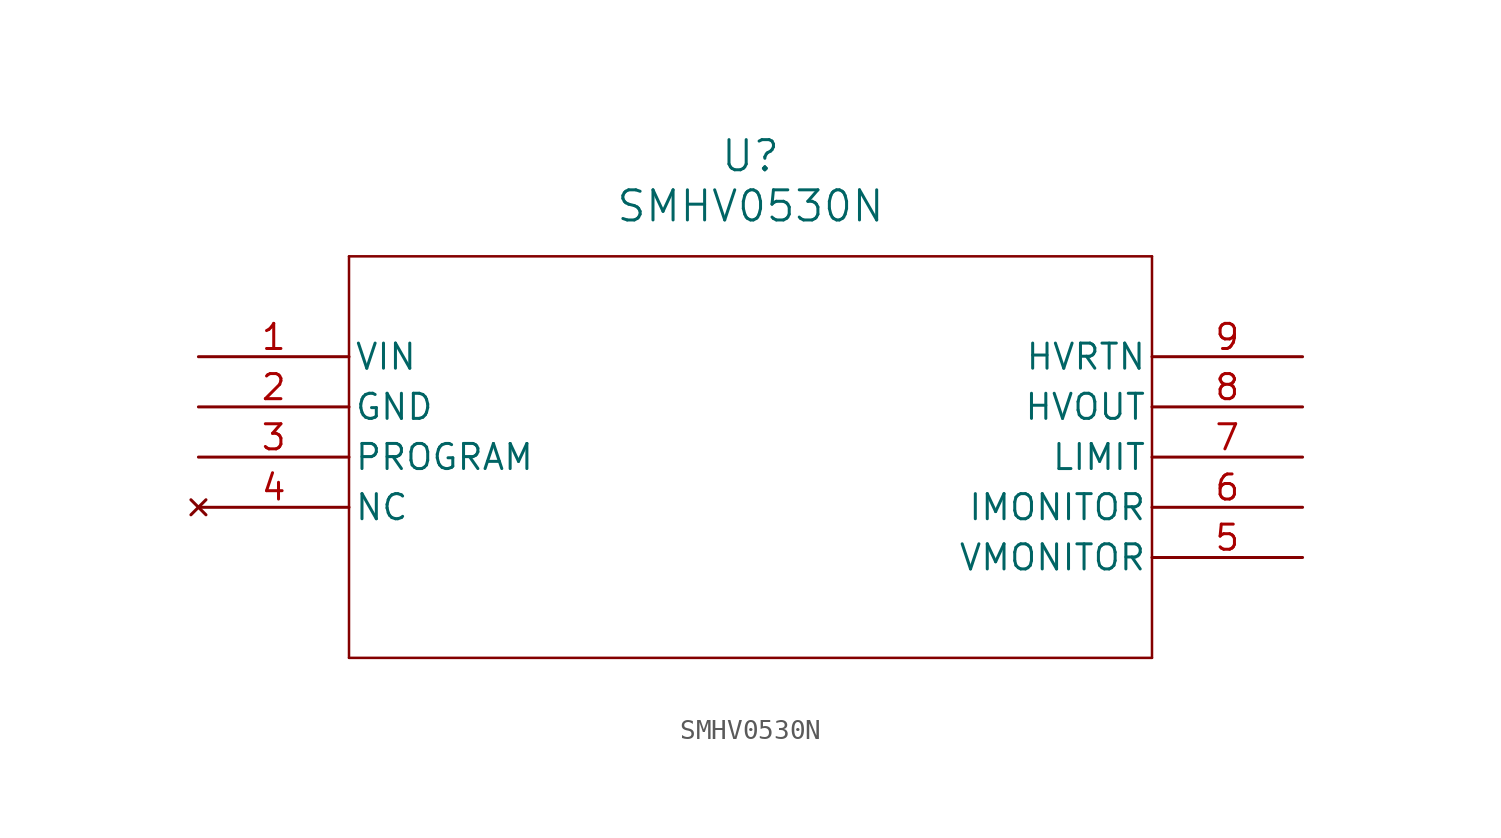
<source format=kicad_sym>
(kicad_symbol_lib
  (version 20211014)
  (generator kicad_symbol_editor)
  (symbol "SMHV0530N"
    (pin_names
      (offset 0.254))
    (property "Reference" "U"
      (at 27.94 10.16 0)
      (effects (font (size 1.524 1.524))))
    (property "Value" "SMHV0530N"
      (at 27.94 7.62 0)
      (effects (font (size 1.524 1.524))))
    (symbol "SMHV0530N_0_1"
      (polyline (pts (xy 7.62 5.08) (xy 7.62 -15.24)) (stroke (width 0.127) (type default) (color 0 0 0 0)) (fill (type none)))
      (polyline (pts (xy 7.62 -15.24) (xy 48.26 -15.24)) (stroke (width 0.127) (type default) (color 0 0 0 0)) (fill (type none)))
      (polyline (pts (xy 48.26 -15.24) (xy 48.26 5.08)) (stroke (width 0.127) (type default) (color 0 0 0 0)) (fill (type none)))
      (polyline (pts (xy 48.26 5.08) (xy 7.62 5.08)) (stroke (width 0.127) (type default) (color 0 0 0 0)) (fill (type none)))
      (pin power_in line (at 0 0 0) (length 7.62) (name "VIN" (effects (font (size 1.27 1.27)))) (number "1" (effects (font (size 1.27 1.27)))))
      (pin power_out line (at 0 -2.54 0) (length 7.62) (name "GND" (effects (font (size 1.27 1.27)))) (number "2" (effects (font (size 1.27 1.27)))))
      (pin input line (at 0 -5.08 0) (length 7.62) (name "PROGRAM" (effects (font (size 1.27 1.27)))) (number "3" (effects (font (size 1.27 1.27)))))
      (pin no_connect line (at 0 -7.62 0) (length 7.62) (name "NC" (effects (font (size 1.27 1.27)))) (number "4" (effects (font (size 1.27 1.27)))))
      (pin output line (at 55.88 -10.16 180) (length 7.62) (name "VMONITOR" (effects (font (size 1.27 1.27)))) (number "5" (effects (font (size 1.27 1.27)))))
      (pin output line (at 55.88 -7.62 180) (length 7.62) (name "IMONITOR" (effects (font (size 1.27 1.27)))) (number "6" (effects (font (size 1.27 1.27)))))
      (pin input line (at 55.88 -5.08 180) (length 7.62) (name "LIMIT" (effects (font (size 1.27 1.27)))) (number "7" (effects (font (size 1.27 1.27)))))
      (pin unspecified line (at 55.88 -2.54 180) (length 7.62) (name "HVOUT" (effects (font (size 1.27 1.27)))) (number "8" (effects (font (size 1.27 1.27)))))
      (pin unspecified line (at 55.88 0 180) (length 7.62) (name "HVRTN" (effects (font (size 1.27 1.27)))) (number "9" (effects (font (size 1.27 1.27))))))))
</source>
